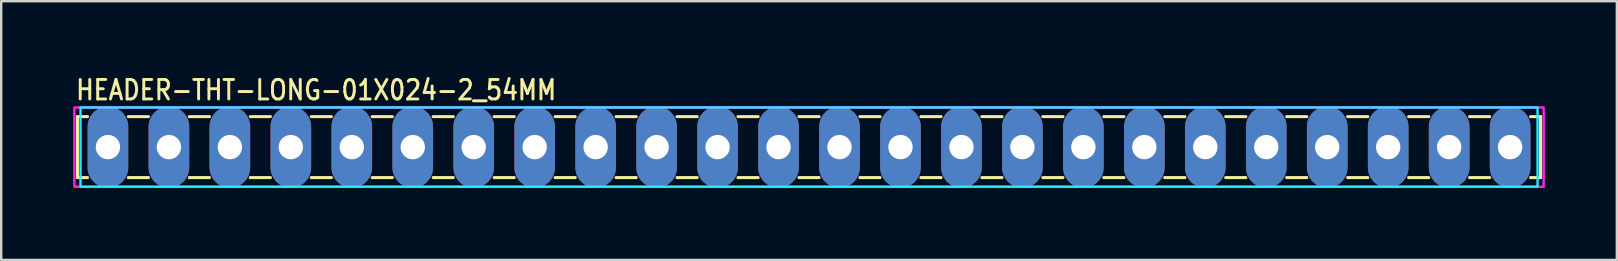
<source format=kicad_pcb>
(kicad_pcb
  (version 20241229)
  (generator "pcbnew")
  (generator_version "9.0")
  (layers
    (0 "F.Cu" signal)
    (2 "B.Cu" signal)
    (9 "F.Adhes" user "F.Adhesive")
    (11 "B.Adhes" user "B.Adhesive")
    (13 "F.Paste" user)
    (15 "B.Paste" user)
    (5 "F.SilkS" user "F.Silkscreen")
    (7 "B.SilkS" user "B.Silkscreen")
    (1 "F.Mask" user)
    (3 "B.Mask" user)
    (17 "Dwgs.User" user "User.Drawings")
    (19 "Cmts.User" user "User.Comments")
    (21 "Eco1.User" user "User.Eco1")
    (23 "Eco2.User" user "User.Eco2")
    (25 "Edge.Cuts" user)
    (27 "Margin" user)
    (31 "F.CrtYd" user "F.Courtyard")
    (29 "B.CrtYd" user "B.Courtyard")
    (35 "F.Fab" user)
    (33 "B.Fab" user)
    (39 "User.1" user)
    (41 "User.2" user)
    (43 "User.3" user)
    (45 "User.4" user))
  (footprint "HEADER-THT-LONG-01X024-2_54MM"
    (layer "F.Cu")
    (at 1.447 3.079)
    (property "Reference" "HEADER-THT-LONG-01X024-2_54MM" (at -1.4 -1.9 0) (unlocked yes) (layer "F.SilkS") (effects (font (size 0.813 0.695) (thickness 0.122)) (justify left bottom)))
    (fp_line (start -1.27 -1.27) (end -1.27 1.27) (stroke (width 0.127) (type solid)) (layer "F.SilkS"))
    (fp_line (start -1.27 1.27) (end -0.85 1.27) (stroke (width 0.127) (type solid)) (layer "F.SilkS"))
    (fp_line (start -0.85 -1.27) (end -1.27 -1.27) (stroke (width 0.127) (type solid)) (layer "F.SilkS"))
    (fp_line (start 0.85 -1.27) (end 1.69 -1.27) (stroke (width 0.127) (type solid)) (layer "F.SilkS"))
    (fp_line (start 0.85 1.27) (end 1.69 1.27) (stroke (width 0.127) (type solid)) (layer "F.SilkS"))
    (fp_line (start 3.39 -1.27) (end 4.23 -1.27) (stroke (width 0.127) (type solid)) (layer "F.SilkS"))
    (fp_line (start 3.39 1.27) (end 4.23 1.27) (stroke (width 0.127) (type solid)) (layer "F.SilkS"))
    (fp_line (start 5.93 -1.27) (end 6.77 -1.27) (stroke (width 0.127) (type solid)) (layer "F.SilkS"))
    (fp_line (start 5.93 1.27) (end 6.77 1.27) (stroke (width 0.127) (type solid)) (layer "F.SilkS"))
    (fp_line (start 8.47 -1.27) (end 9.31 -1.27) (stroke (width 0.127) (type solid)) (layer "F.SilkS"))
    (fp_line (start 8.47 1.27) (end 9.31 1.27) (stroke (width 0.127) (type solid)) (layer "F.SilkS"))
    (fp_line (start 11.01 -1.27) (end 11.85 -1.27) (stroke (width 0.127) (type solid)) (layer "F.SilkS"))
    (fp_line (start 11.01 1.27) (end 11.85 1.27) (stroke (width 0.127) (type solid)) (layer "F.SilkS"))
    (fp_line (start 13.55 -1.27) (end 14.39 -1.27) (stroke (width 0.127) (type solid)) (layer "F.SilkS"))
    (fp_line (start 13.55 1.27) (end 14.39 1.27) (stroke (width 0.127) (type solid)) (layer "F.SilkS"))
    (fp_line (start 16.09 -1.27) (end 16.93 -1.27) (stroke (width 0.127) (type solid)) (layer "F.SilkS"))
    (fp_line (start 16.09 1.27) (end 16.93 1.27) (stroke (width 0.127) (type solid)) (layer "F.SilkS"))
    (fp_line (start 18.63 -1.27) (end 19.47 -1.27) (stroke (width 0.127) (type solid)) (layer "F.SilkS"))
    (fp_line (start 18.63 1.27) (end 19.47 1.27) (stroke (width 0.127) (type solid)) (layer "F.SilkS"))
    (fp_line (start 21.17 -1.27) (end 22.01 -1.27) (stroke (width 0.127) (type solid)) (layer "F.SilkS"))
    (fp_line (start 21.17 1.27) (end 22.01 1.27) (stroke (width 0.127) (type solid)) (layer "F.SilkS"))
    (fp_line (start 23.71 -1.27) (end 24.55 -1.27) (stroke (width 0.127) (type solid)) (layer "F.SilkS"))
    (fp_line (start 23.71 1.27) (end 24.55 1.27) (stroke (width 0.127) (type solid)) (layer "F.SilkS"))
    (fp_line (start 26.25 -1.27) (end 27.09 -1.27) (stroke (width 0.127) (type solid)) (layer "F.SilkS"))
    (fp_line (start 26.25 1.27) (end 27.09 1.27) (stroke (width 0.127) (type solid)) (layer "F.SilkS"))
    (fp_line (start 28.79 -1.27) (end 29.63 -1.27) (stroke (width 0.127) (type solid)) (layer "F.SilkS"))
    (fp_line (start 28.79 1.27) (end 29.63 1.27) (stroke (width 0.127) (type solid)) (layer "F.SilkS"))
    (fp_line (start 31.33 -1.27) (end 32.17 -1.27) (stroke (width 0.127) (type solid)) (layer "F.SilkS"))
    (fp_line (start 31.33 1.27) (end 32.17 1.27) (stroke (width 0.127) (type solid)) (layer "F.SilkS"))
    (fp_line (start 33.87 -1.27) (end 34.71 -1.27) (stroke (width 0.127) (type solid)) (layer "F.SilkS"))
    (fp_line (start 33.87 1.27) (end 34.71 1.27) (stroke (width 0.127) (type solid)) (layer "F.SilkS"))
    (fp_line (start 36.41 -1.27) (end 37.25 -1.27) (stroke (width 0.127) (type solid)) (layer "F.SilkS"))
    (fp_line (start 36.41 1.27) (end 37.25 1.27) (stroke (width 0.127) (type solid)) (layer "F.SilkS"))
    (fp_line (start 38.95 -1.27) (end 39.79 -1.27) (stroke (width 0.127) (type solid)) (layer "F.SilkS"))
    (fp_line (start 38.95 1.27) (end 39.79 1.27) (stroke (width 0.127) (type solid)) (layer "F.SilkS"))
    (fp_line (start 41.49 -1.27) (end 42.33 -1.27) (stroke (width 0.127) (type solid)) (layer "F.SilkS"))
    (fp_line (start 41.49 1.27) (end 42.33 1.27) (stroke (width 0.127) (type solid)) (layer "F.SilkS"))
    (fp_line (start 44.03 -1.27) (end 44.87 -1.27) (stroke (width 0.127) (type solid)) (layer "F.SilkS"))
    (fp_line (start 44.03 1.27) (end 44.87 1.27) (stroke (width 0.127) (type solid)) (layer "F.SilkS"))
    (fp_line (start 46.57 -1.27) (end 47.41 -1.27) (stroke (width 0.127) (type solid)) (layer "F.SilkS"))
    (fp_line (start 46.57 1.27) (end 47.41 1.27) (stroke (width 0.127) (type solid)) (layer "F.SilkS"))
    (fp_line (start 49.11 -1.27) (end 49.95 -1.27) (stroke (width 0.127) (type solid)) (layer "F.SilkS"))
    (fp_line (start 49.11 1.27) (end 49.95 1.27) (stroke (width 0.127) (type solid)) (layer "F.SilkS"))
    (fp_line (start 51.65 -1.27) (end 52.49 -1.27) (stroke (width 0.127) (type solid)) (layer "F.SilkS"))
    (fp_line (start 51.65 1.27) (end 52.49 1.27) (stroke (width 0.127) (type solid)) (layer "F.SilkS"))
    (fp_line (start 54.19 -1.27) (end 55.03 -1.27) (stroke (width 0.127) (type solid)) (layer "F.SilkS"))
    (fp_line (start 54.19 1.27) (end 55.03 1.27) (stroke (width 0.127) (type solid)) (layer "F.SilkS"))
    (fp_line (start 56.73 -1.27) (end 57.57 -1.27) (stroke (width 0.127) (type solid)) (layer "F.SilkS"))
    (fp_line (start 56.73 1.27) (end 57.57 1.27) (stroke (width 0.127) (type solid)) (layer "F.SilkS"))
    (fp_line (start 59.27 -1.27) (end 59.69 -1.27) (stroke (width 0.127) (type solid)) (layer "F.SilkS"))
    (fp_line (start 59.69 -1.27) (end 59.69 1.27) (stroke (width 0.127) (type solid)) (layer "F.SilkS"))
    (fp_line (start 59.69 1.27) (end 59.27 1.27) (stroke (width 0.127) (type solid)) (layer "F.SilkS"))
    (fp_poly (pts (xy -1.143 -1.651) (xy 59.563 -1.651) (xy 59.563 1.651) (xy -1.143 1.651)) (stroke (width 0.1) (type solid)) (fill no) (layer "B.CrtYd"))
    (fp_poly (pts (xy -1.397 -1.651) (xy 59.817 -1.651) (xy 59.817 1.651) (xy -1.397 1.651)) (stroke (width 0.1) (type solid)) (fill no) (layer "F.CrtYd"))
    (pad "P$1" thru_hole oval (at 0 0 90) (size 3.387 1.693) (drill 1.016) (layers "*.Cu" "*.Mask"))
    (pad "P$2" thru_hole oval (at 2.54 0 90) (size 3.387 1.693) (drill 1.016) (layers "*.Cu" "*.Mask"))
    (pad "P$3" thru_hole oval (at 5.08 0 90) (size 3.387 1.693) (drill 1.016) (layers "*.Cu" "*.Mask"))
    (pad "P$4" thru_hole oval (at 7.62 0 90) (size 3.387 1.693) (drill 1.016) (layers "*.Cu" "*.Mask"))
    (pad "P$5" thru_hole oval (at 10.16 0 90) (size 3.387 1.693) (drill 1.016) (layers "*.Cu" "*.Mask"))
    (pad "P$6" thru_hole oval (at 12.7 0 90) (size 3.387 1.693) (drill 1.016) (layers "*.Cu" "*.Mask"))
    (pad "P$7" thru_hole oval (at 15.24 0 90) (size 3.387 1.693) (drill 1.016) (layers "*.Cu" "*.Mask"))
    (pad "P$8" thru_hole oval (at 17.78 0 90) (size 3.387 1.693) (drill 1.016) (layers "*.Cu" "*.Mask"))
    (pad "P$9" thru_hole oval (at 20.32 0 90) (size 3.387 1.693) (drill 1.016) (layers "*.Cu" "*.Mask"))
    (pad "P$10" thru_hole oval (at 22.86 0 90) (size 3.387 1.693) (drill 1.016) (layers "*.Cu" "*.Mask"))
    (pad "P$11" thru_hole oval (at 25.4 0 90) (size 3.387 1.693) (drill 1.016) (layers "*.Cu" "*.Mask"))
    (pad "P$12" thru_hole oval (at 27.94 0 90) (size 3.387 1.693) (drill 1.016) (layers "*.Cu" "*.Mask"))
    (pad "P$13" thru_hole oval (at 30.48 0 90) (size 3.387 1.693) (drill 1.016) (layers "*.Cu" "*.Mask"))
    (pad "P$14" thru_hole oval (at 33.02 0 90) (size 3.387 1.693) (drill 1.016) (layers "*.Cu" "*.Mask"))
    (pad "P$15" thru_hole oval (at 35.56 0 90) (size 3.387 1.693) (drill 1.016) (layers "*.Cu" "*.Mask"))
    (pad "P$16" thru_hole oval (at 38.1 0 90) (size 3.387 1.693) (drill 1.016) (layers "*.Cu" "*.Mask"))
    (pad "P$17" thru_hole oval (at 40.64 0 90) (size 3.387 1.693) (drill 1.016) (layers "*.Cu" "*.Mask"))
    (pad "P$18" thru_hole oval (at 43.18 0 90) (size 3.387 1.693) (drill 1.016) (layers "*.Cu" "*.Mask"))
    (pad "P$19" thru_hole oval (at 45.72 0 90) (size 3.387 1.693) (drill 1.016) (layers "*.Cu" "*.Mask"))
    (pad "P$20" thru_hole oval (at 48.26 0 90) (size 3.387 1.693) (drill 1.016) (layers "*.Cu" "*.Mask"))
    (pad "P$21" thru_hole oval (at 50.8 0 90) (size 3.387 1.693) (drill 1.016) (layers "*.Cu" "*.Mask"))
    (pad "P$22" thru_hole oval (at 53.34 0 90) (size 3.387 1.693) (drill 1.016) (layers "*.Cu" "*.Mask"))
    (pad "P$23" thru_hole oval (at 55.88 0 90) (size 3.387 1.693) (drill 1.016) (layers "*.Cu" "*.Mask"))
    (pad "P$24" thru_hole oval (at 58.42 0 90) (size 3.387 1.693) (drill 1.016) (layers "*.Cu" "*.Mask")))
  (gr_rect
    (start -3 -3)
    (end 64.314 7.78)
    (stroke (width 0.1) (type default))
    (fill no)
    (layer "Edge.Cuts")))
</source>
